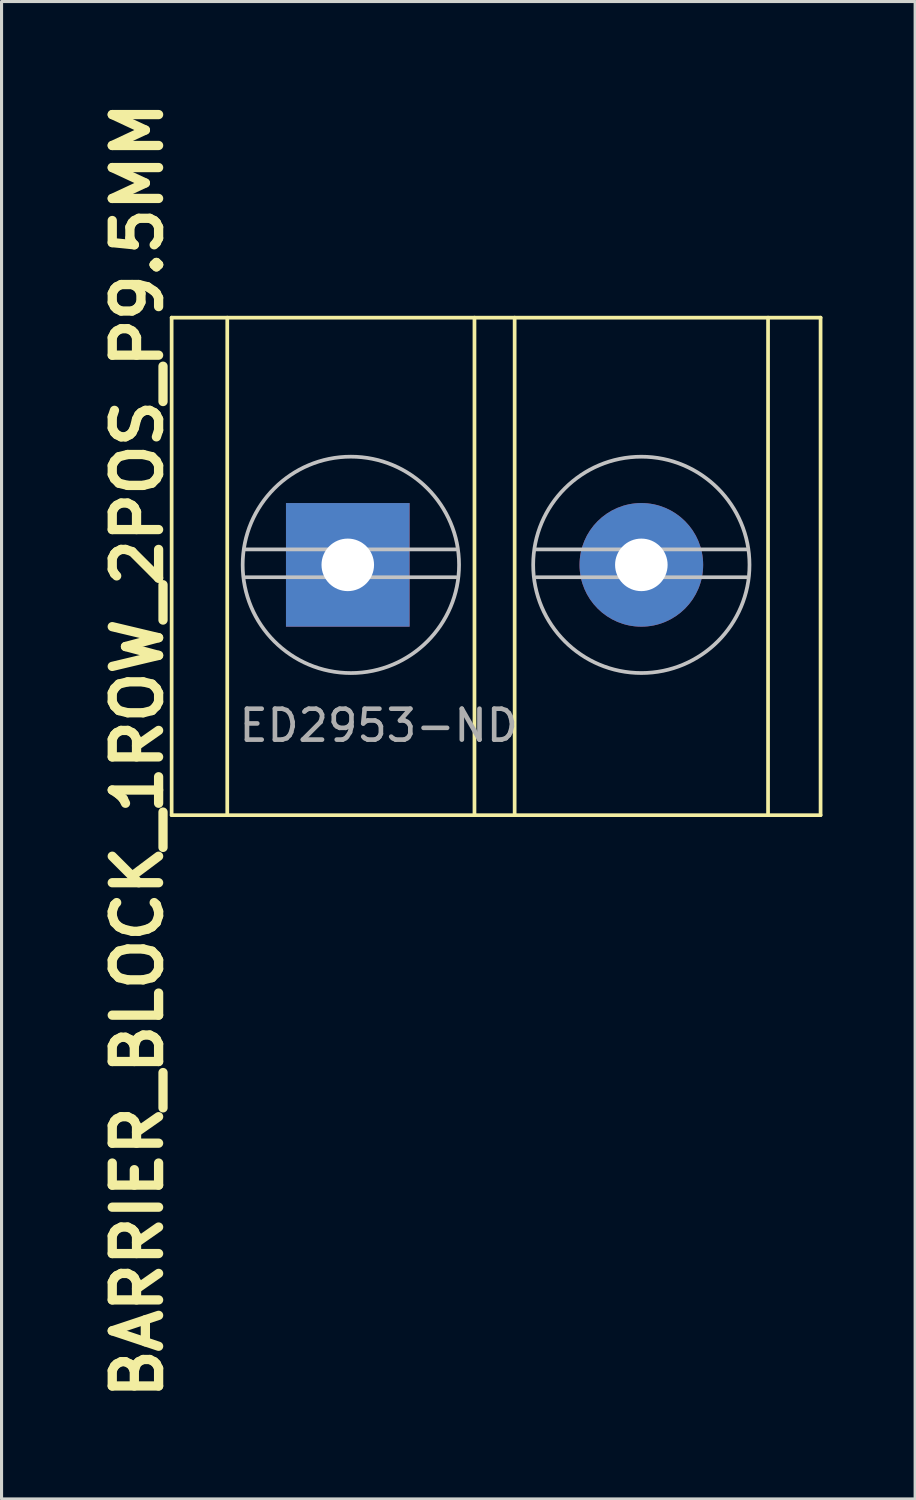
<source format=kicad_pcb>
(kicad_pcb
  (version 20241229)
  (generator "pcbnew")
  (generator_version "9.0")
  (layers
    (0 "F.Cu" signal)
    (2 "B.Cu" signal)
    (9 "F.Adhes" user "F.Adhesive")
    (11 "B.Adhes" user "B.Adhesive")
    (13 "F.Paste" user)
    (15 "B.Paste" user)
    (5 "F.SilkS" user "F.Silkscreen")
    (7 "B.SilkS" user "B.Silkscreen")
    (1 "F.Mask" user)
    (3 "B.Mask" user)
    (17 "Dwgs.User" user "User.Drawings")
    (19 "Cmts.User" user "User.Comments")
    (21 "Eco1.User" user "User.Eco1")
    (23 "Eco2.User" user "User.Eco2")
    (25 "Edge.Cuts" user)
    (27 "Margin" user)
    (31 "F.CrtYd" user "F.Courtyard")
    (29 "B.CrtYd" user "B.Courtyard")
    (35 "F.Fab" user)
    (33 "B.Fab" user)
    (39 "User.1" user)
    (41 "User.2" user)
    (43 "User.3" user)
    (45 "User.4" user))
  (footprint "BARRIER_BLOCK_1ROW_2POS_P9.5MM"
    (layer "F.Cu")
    (at 2.504 23.329)
    (property "Reference" "BARRIER_BLOCK_1ROW_2POS_P9.5MM" (at -1.1 -2.1 270) (layer "F.SilkS") (effects (font (size 1.5 1.5) (thickness 0.3))))
    (attr through_hole)
    (fp_line (start 0 -16.1) (end 0 0) (stroke (width 0.12) (type solid)) (layer "F.SilkS"))
    (fp_line (start 0 0) (end 21 0) (stroke (width 0.12) (type solid)) (layer "F.SilkS"))
    (fp_line (start 1.8 0) (end 1.8 -16.1) (stroke (width 0.12) (type solid)) (layer "F.SilkS"))
    (fp_line (start 9.8 -16.1) (end 9.8 0) (stroke (width 0.12) (type solid)) (layer "F.SilkS"))
    (fp_line (start 11.1 0) (end 11.1 -16.1) (stroke (width 0.12) (type solid)) (layer "F.SilkS"))
    (fp_line (start 19.3 0) (end 19.3 -16.1) (stroke (width 0.12) (type solid)) (layer "F.SilkS"))
    (fp_line (start 21 -16.1) (end 0 -16.1) (stroke (width 0.12) (type solid)) (layer "F.SilkS"))
    (fp_line (start 21 0) (end 21 -16.1) (stroke (width 0.12) (type solid)) (layer "F.SilkS"))
    (fp_line (start 9.2 -8.6) (end 2.4 -8.6) (stroke (width 0.12) (type solid)) (layer "Dwgs.User"))
    (fp_line (start 9.2 -7.7) (end 2.4 -7.7) (stroke (width 0.12) (type solid)) (layer "Dwgs.User"))
    (fp_line (start 11.8 -8.6) (end 18.6 -8.6) (stroke (width 0.12) (type solid)) (layer "Dwgs.User"))
    (fp_line (start 11.8 -7.7) (end 18.6 -7.7) (stroke (width 0.12) (type solid)) (layer "Dwgs.User"))
    (fp_circle (center 5.8 -8.1) (end 9.301 -8.1) (stroke (width 0.12) (type solid)) (fill no) (layer "Dwgs.User"))
    (fp_circle (center 15.2 -8.1) (end 18.7 -8.1) (stroke (width 0.12) (type solid)) (fill no) (layer "Dwgs.User"))
    (fp_text user "ED2953-ND" (at 6.7 -2.9 0) (layer "F.Fab") (effects (font (size 1 1) (thickness 0.15))))
    (pad "1" thru_hole rect (at 5.7 -8.1) (size 4 4) (drill 1.7) (layers "*.Cu" "*.Mask"))
    (pad "2" thru_hole circle (at 15.2 -8.1) (size 4 4) (drill 1.7) (layers "*.Cu" "*.Mask")))
  (gr_rect
    (start -3 -3)
    (end 26.564 45.457)
    (stroke (width 0.1) (type default))
    (fill no)
    (layer "Edge.Cuts")))
</source>
